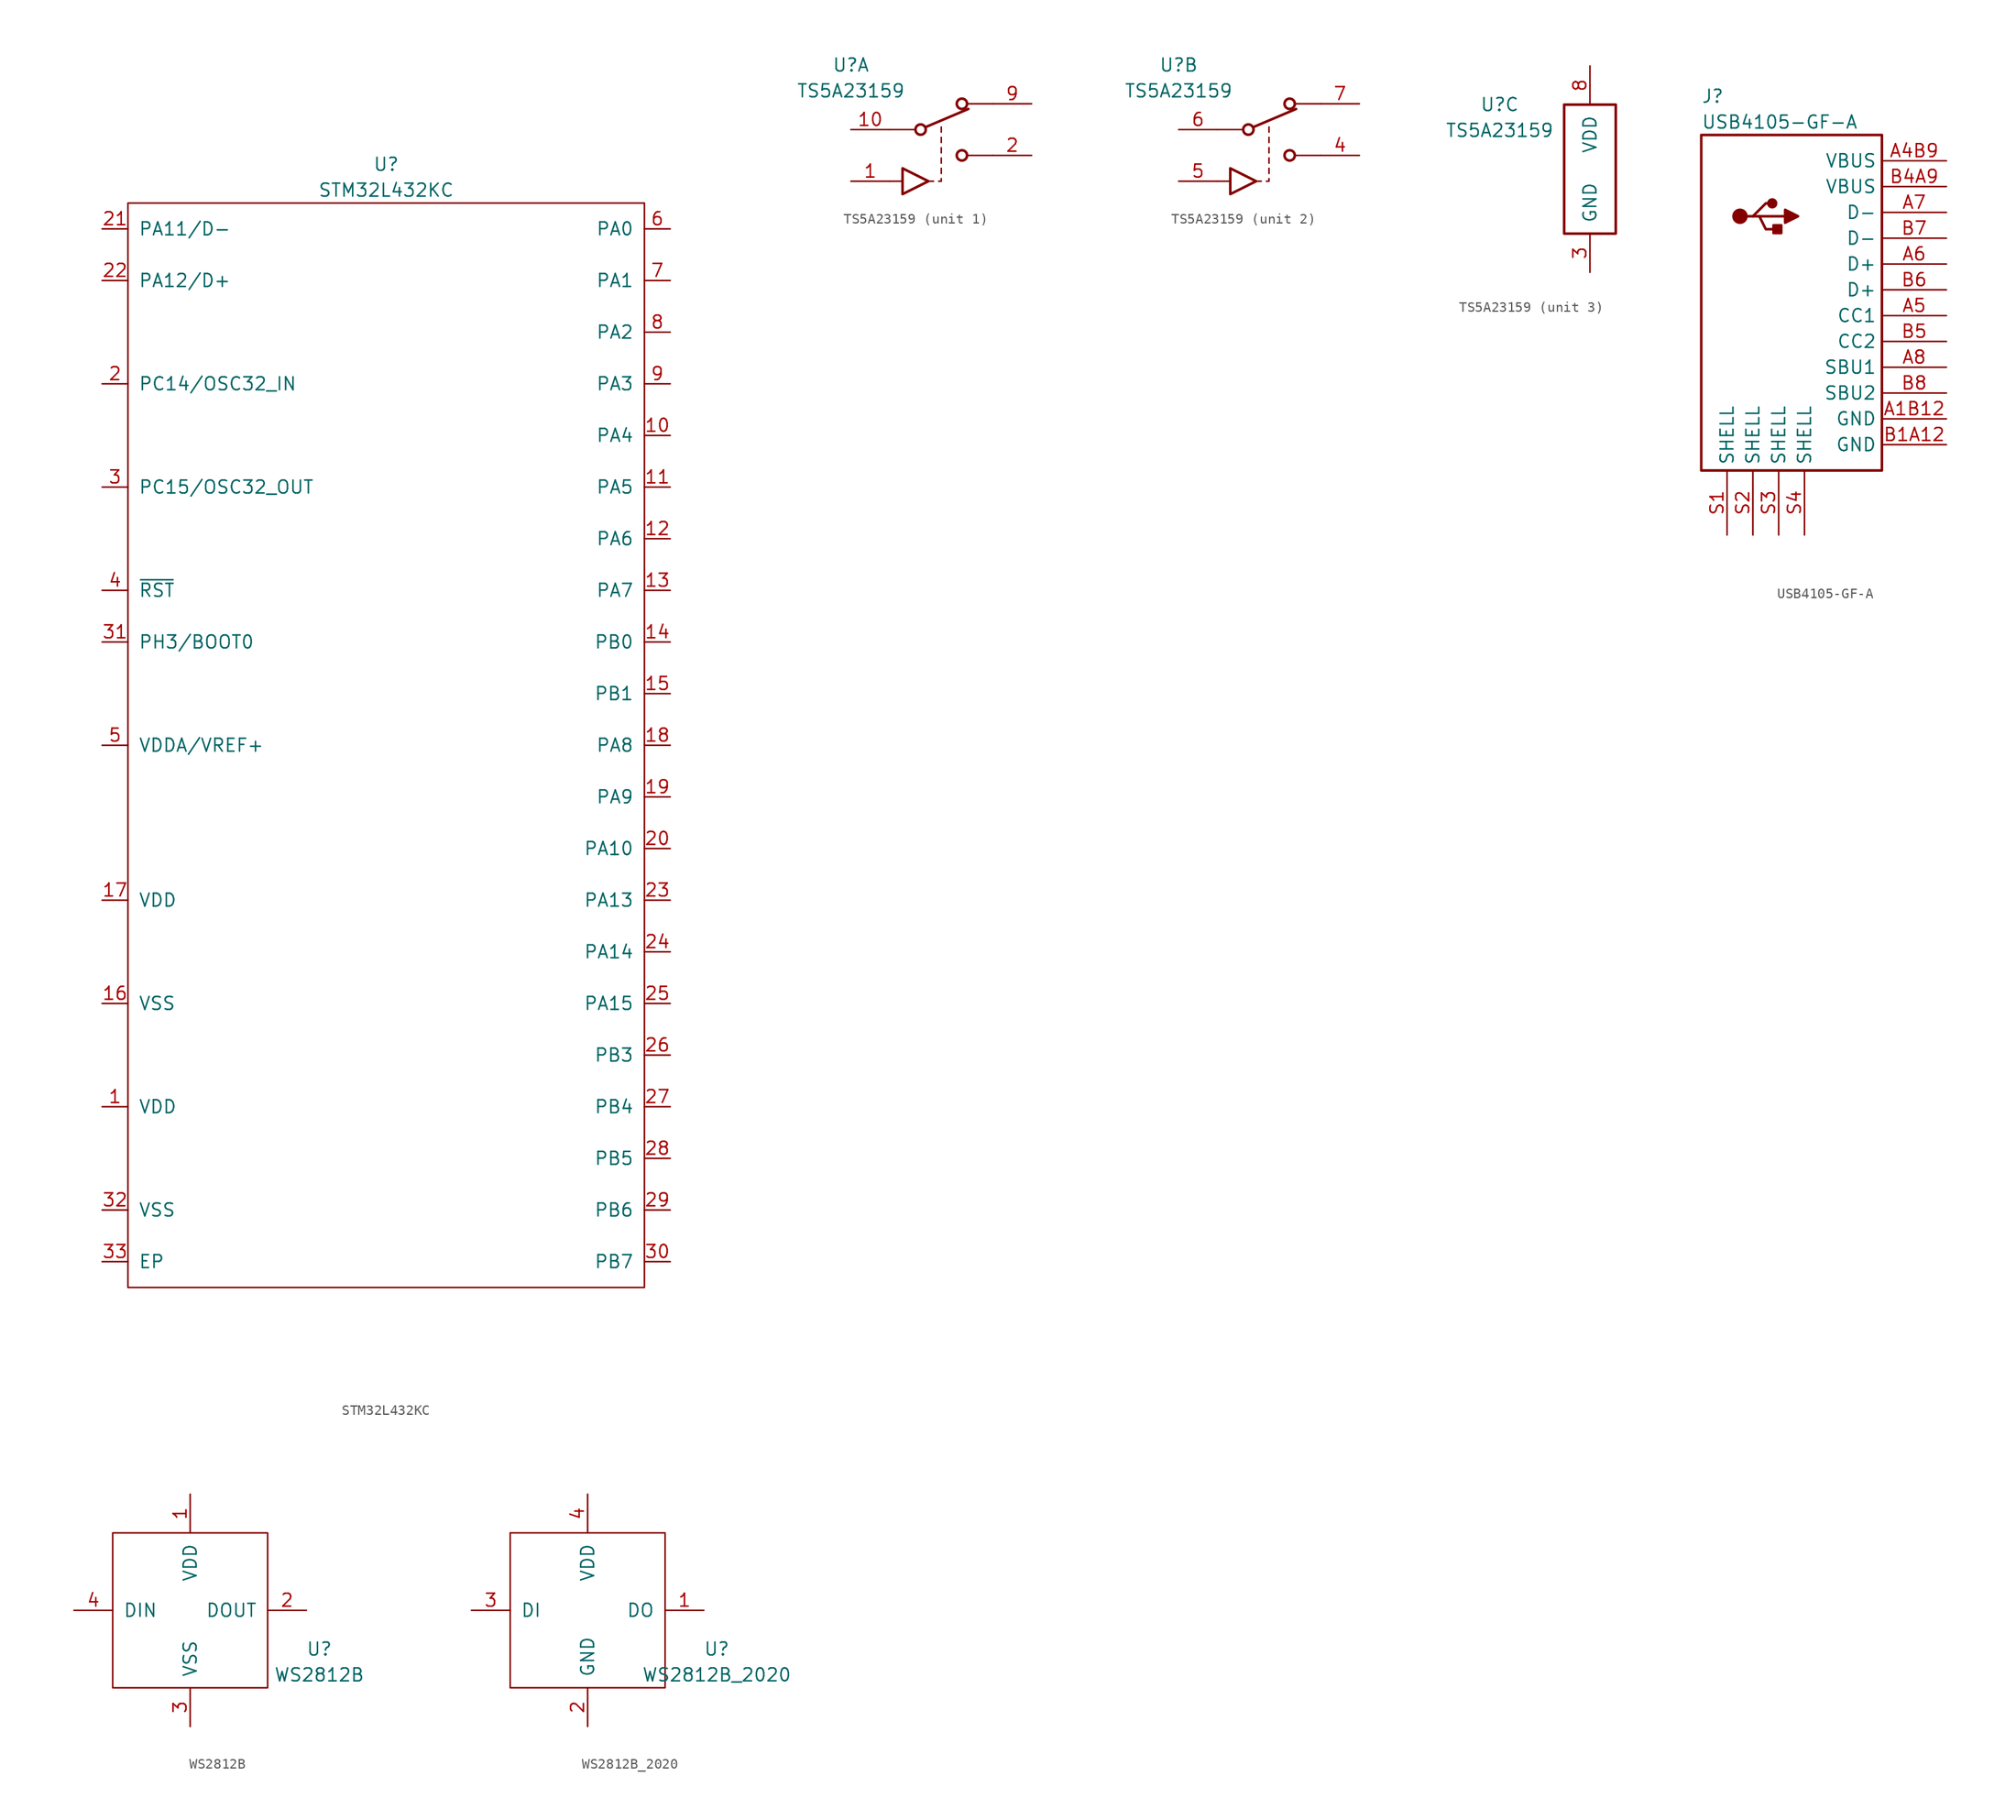
<source format=kicad_sym>
(kicad_symbol_lib
  (version 20231120)
  (generator "kicad_symbol_editor")
  (generator_version "8.0")
  (symbol "STM32L432KC"
    (pin_names
      (offset 1.016))
    (property "Reference" "U"
      (at 0 57.15 0)
      (effects (font (size 1.27 1.27))))
    (property "Value" "STM32L432KC"
      (at 0 54.61 0)
      (effects (font (size 1.27 1.27))))
    (symbol "STM32L432KC_0_1"
      (rectangle (start -25.4 53.34) (end 25.4 -53.34) (stroke (width 0) (type default)) (fill (type none))))
    (symbol "STM32L432KC_1_1"
      (pin input line (at -27.94 -35.56 0) (length 2.54) (name "VDD" (effects (font (size 1.27 1.27)))) (number "1" (effects (font (size 1.27 1.27)))))
      (pin input line (at 27.94 30.48 180) (length 2.54) (name "PA4" (effects (font (size 1.27 1.27)))) (number "10" (effects (font (size 1.27 1.27)))))
      (pin input line (at 27.94 25.4 180) (length 2.54) (name "PA5" (effects (font (size 1.27 1.27)))) (number "11" (effects (font (size 1.27 1.27)))))
      (pin input line (at 27.94 20.32 180) (length 2.54) (name "PA6" (effects (font (size 1.27 1.27)))) (number "12" (effects (font (size 1.27 1.27)))))
      (pin input line (at 27.94 15.24 180) (length 2.54) (name "PA7" (effects (font (size 1.27 1.27)))) (number "13" (effects (font (size 1.27 1.27)))))
      (pin input line (at 27.94 10.16 180) (length 2.54) (name "PB0" (effects (font (size 1.27 1.27)))) (number "14" (effects (font (size 1.27 1.27)))))
      (pin input line (at 27.94 5.08 180) (length 2.54) (name "PB1" (effects (font (size 1.27 1.27)))) (number "15" (effects (font (size 1.27 1.27)))))
      (pin input line (at -27.94 -25.4 0) (length 2.54) (name "VSS" (effects (font (size 1.27 1.27)))) (number "16" (effects (font (size 1.27 1.27)))))
      (pin input line (at -27.94 -15.24 0) (length 2.54) (name "VDD" (effects (font (size 1.27 1.27)))) (number "17" (effects (font (size 1.27 1.27)))))
      (pin input line (at 27.94 0 180) (length 2.54) (name "PA8" (effects (font (size 1.27 1.27)))) (number "18" (effects (font (size 1.27 1.27)))))
      (pin input line (at 27.94 -5.08 180) (length 2.54) (name "PA9" (effects (font (size 1.27 1.27)))) (number "19" (effects (font (size 1.27 1.27)))))
      (pin input line (at -27.94 35.56 0) (length 2.54) (name "PC14/OSC32_IN" (effects (font (size 1.27 1.27)))) (number "2" (effects (font (size 1.27 1.27)))))
      (pin input line (at 27.94 -10.16 180) (length 2.54) (name "PA10" (effects (font (size 1.27 1.27)))) (number "20" (effects (font (size 1.27 1.27)))))
      (pin input line (at -27.94 50.8 0) (length 2.54) (name "PA11/D-" (effects (font (size 1.27 1.27)))) (number "21" (effects (font (size 1.27 1.27)))))
      (pin input line (at -27.94 45.72 0) (length 2.54) (name "PA12/D+" (effects (font (size 1.27 1.27)))) (number "22" (effects (font (size 1.27 1.27)))))
      (pin input line (at 27.94 -15.24 180) (length 2.54) (name "PA13" (effects (font (size 1.27 1.27)))) (number "23" (effects (font (size 1.27 1.27)))))
      (pin input line (at 27.94 -20.32 180) (length 2.54) (name "PA14" (effects (font (size 1.27 1.27)))) (number "24" (effects (font (size 1.27 1.27)))))
      (pin input line (at 27.94 -25.4 180) (length 2.54) (name "PA15" (effects (font (size 1.27 1.27)))) (number "25" (effects (font (size 1.27 1.27)))))
      (pin input line (at 27.94 -30.48 180) (length 2.54) (name "PB3" (effects (font (size 1.27 1.27)))) (number "26" (effects (font (size 1.27 1.27)))))
      (pin input line (at 27.94 -35.56 180) (length 2.54) (name "PB4" (effects (font (size 1.27 1.27)))) (number "27" (effects (font (size 1.27 1.27)))))
      (pin input line (at 27.94 -40.64 180) (length 2.54) (name "PB5" (effects (font (size 1.27 1.27)))) (number "28" (effects (font (size 1.27 1.27)))))
      (pin input line (at 27.94 -45.72 180) (length 2.54) (name "PB6" (effects (font (size 1.27 1.27)))) (number "29" (effects (font (size 1.27 1.27)))))
      (pin input line (at -27.94 25.4 0) (length 2.54) (name "PC15/OSC32_OUT" (effects (font (size 1.27 1.27)))) (number "3" (effects (font (size 1.27 1.27)))))
      (pin input line (at 27.94 -50.8 180) (length 2.54) (name "PB7" (effects (font (size 1.27 1.27)))) (number "30" (effects (font (size 1.27 1.27)))))
      (pin input line (at -27.94 10.16 0) (length 2.54) (name "PH3/BOOT0" (effects (font (size 1.27 1.27)))) (number "31" (effects (font (size 1.27 1.27)))))
      (pin input line (at -27.94 -45.72 0) (length 2.54) (name "VSS" (effects (font (size 1.27 1.27)))) (number "32" (effects (font (size 1.27 1.27)))))
      (pin input line (at -27.94 -50.8 0) (length 2.54) (name "EP" (effects (font (size 1.27 1.27)))) (number "33" (effects (font (size 1.27 1.27)))))
      (pin input line (at -27.94 15.24 0) (length 2.54) (name "~{RST}" (effects (font (size 1.27 1.27)))) (number "4" (effects (font (size 1.27 1.27)))))
      (pin input line (at -27.94 0 0) (length 2.54) (name "VDDA/VREF+" (effects (font (size 1.27 1.27)))) (number "5" (effects (font (size 1.27 1.27)))))
      (pin input line (at 27.94 50.8 180) (length 2.54) (name "PA0" (effects (font (size 1.27 1.27)))) (number "6" (effects (font (size 1.27 1.27)))))
      (pin input line (at 27.94 45.72 180) (length 2.54) (name "PA1" (effects (font (size 1.27 1.27)))) (number "7" (effects (font (size 1.27 1.27)))))
      (pin input line (at 27.94 40.64 180) (length 2.54) (name "PA2" (effects (font (size 1.27 1.27)))) (number "8" (effects (font (size 1.27 1.27)))))
      (pin input line (at 27.94 35.56 180) (length 2.54) (name "PA3" (effects (font (size 1.27 1.27)))) (number "9" (effects (font (size 1.27 1.27)))))))
  (symbol "TS5A23159"
    (pin_names
      (offset 1.016))
    (property "Reference" "U"
      (at -8.89 6.35 0)
      (effects (font (size 1.27 1.27))))
    (property "Value" "TS5A23159"
      (at -8.89 3.81 0)
      (effects (font (size 1.27 1.27))))
    (property "ki_locked" ""
      (at 0 0 0)
      (effects (font (size 1.27 1.27))))
    (symbol "TS5A23159_1_1"
      (circle (center -2.032 0) (radius 0.508) (stroke (width 0.254) (type default)) (fill (type none)))
      (polyline (pts (xy -3.81 -5.08) (xy -5.08 -5.08)) (stroke (width 0) (type default)) (fill (type none)))
      (polyline (pts (xy -2.54 0) (xy -5.08 0)) (stroke (width 0) (type default)) (fill (type none)))
      (polyline (pts (xy -1.524 0.254) (xy 2.667 2.032)) (stroke (width 0.254) (type default)) (fill (type none)))
      (polyline (pts (xy -1.27 -5.08) (xy -0.762 -5.08)) (stroke (width 0) (type default)) (fill (type none)))
      (polyline (pts (xy 0 -4.318) (xy 0 -3.81)) (stroke (width 0) (type default)) (fill (type none)))
      (polyline (pts (xy 0 -3.302) (xy 0 -2.794)) (stroke (width 0) (type default)) (fill (type none)))
      (polyline (pts (xy 0 -2.286) (xy 0 -1.778)) (stroke (width 0) (type default)) (fill (type none)))
      (polyline (pts (xy 0 -1.27) (xy 0 -0.762)) (stroke (width 0) (type default)) (fill (type none)))
      (polyline (pts (xy 0 -0.254) (xy 0 0.254)) (stroke (width 0) (type default)) (fill (type none)))
      (polyline (pts (xy 2.54 -2.54) (xy 5.08 -2.54)) (stroke (width 0) (type default)) (fill (type none)))
      (polyline (pts (xy 2.54 2.54) (xy 5.08 2.54)) (stroke (width 0) (type default)) (fill (type none)))
      (polyline (pts (xy -0.254 -5.08) (xy 0 -5.08) (xy 0 -4.826)) (stroke (width 0) (type default)) (fill (type none)))
      (polyline (pts (xy -3.81 -3.81) (xy -1.27 -5.08) (xy -3.81 -6.35) (xy -3.81 -3.81)) (stroke (width 0.254) (type default)) (fill (type none)))
      (circle (center 2.032 -2.54) (radius 0.508) (stroke (width 0.254) (type default)) (fill (type none)))
      (circle (center 2.032 2.54) (radius 0.508) (stroke (width 0.254) (type default)) (fill (type none)))
      (pin input line (at -8.89 -5.08 0) (length 3.81) (name "~" (effects (font (size 1.27 1.27)))) (number "1" (effects (font (size 1.27 1.27)))))
      (pin input line (at -8.89 0 0) (length 3.81) (name "~" (effects (font (size 1.27 1.27)))) (number "10" (effects (font (size 1.27 1.27)))))
      (pin passive line (at 8.89 -2.54 180) (length 3.81) (name "~" (effects (font (size 1.27 1.27)))) (number "2" (effects (font (size 1.27 1.27)))))
      (pin passive line (at 8.89 2.54 180) (length 3.81) (name "~" (effects (font (size 1.27 1.27)))) (number "9" (effects (font (size 1.27 1.27))))))
    (symbol "TS5A23159_2_1"
      (circle (center -2.032 0) (radius 0.508) (stroke (width 0.254) (type default)) (fill (type none)))
      (polyline (pts (xy -5.08 -5.08) (xy -3.81 -5.08)) (stroke (width 0) (type default)) (fill (type none)))
      (polyline (pts (xy -2.54 0) (xy -5.08 0)) (stroke (width 0) (type default)) (fill (type none)))
      (polyline (pts (xy -1.524 0.254) (xy 2.667 2.032)) (stroke (width 0.254) (type default)) (fill (type none)))
      (polyline (pts (xy -1.27 -5.08) (xy -0.762 -5.08)) (stroke (width 0) (type default)) (fill (type none)))
      (polyline (pts (xy 0 -4.318) (xy 0 -3.81)) (stroke (width 0) (type default)) (fill (type none)))
      (polyline (pts (xy 0 -3.302) (xy 0 -2.794)) (stroke (width 0) (type default)) (fill (type none)))
      (polyline (pts (xy 0 -2.286) (xy 0 -1.778)) (stroke (width 0) (type default)) (fill (type none)))
      (polyline (pts (xy 0 -0.254) (xy 0 0.254)) (stroke (width 0) (type default)) (fill (type none)))
      (polyline (pts (xy 2.54 -2.54) (xy 5.08 -2.54)) (stroke (width 0) (type default)) (fill (type none)))
      (polyline (pts (xy 2.54 2.54) (xy 5.08 2.54)) (stroke (width 0) (type default)) (fill (type none)))
      (polyline (pts (xy -0.254 -5.08) (xy 0 -5.08) (xy 0 -4.826)) (stroke (width 0) (type default)) (fill (type none)))
      (polyline (pts (xy 0 -1.27) (xy 0 -0.762) (xy 0 -1.016)) (stroke (width 0) (type default)) (fill (type none)))
      (polyline (pts (xy -3.81 -5.08) (xy -3.81 -3.81) (xy -1.27 -5.08) (xy -3.81 -6.35) (xy -3.81 -5.08)) (stroke (width 0.254) (type default)) (fill (type none)))
      (circle (center 2.032 -2.54) (radius 0.508) (stroke (width 0.254) (type default)) (fill (type none)))
      (circle (center 2.032 2.54) (radius 0.508) (stroke (width 0.254) (type default)) (fill (type none)))
      (pin passive line (at 8.89 -2.54 180) (length 3.81) (name "~" (effects (font (size 1.27 1.27)))) (number "4" (effects (font (size 1.27 1.27)))))
      (pin input line (at -8.89 -5.08 0) (length 3.81) (name "~" (effects (font (size 1.27 1.27)))) (number "5" (effects (font (size 1.27 1.27)))))
      (pin passive line (at -8.89 0 0) (length 3.81) (name "~" (effects (font (size 1.27 1.27)))) (number "6" (effects (font (size 1.27 1.27)))))
      (pin passive line (at 8.89 2.54 180) (length 3.81) (name "~" (effects (font (size 1.27 1.27)))) (number "7" (effects (font (size 1.27 1.27))))))
    (symbol "TS5A23159_3_1"
      (rectangle (start -2.54 6.35) (end 2.54 -6.35) (stroke (width 0.254) (type default)) (fill (type none)))
      (pin power_in line (at 0 -10.16 90) (length 3.81) (name "GND" (effects (font (size 1.27 1.27)))) (number "3" (effects (font (size 1.27 1.27)))))
      (pin power_in line (at 0 10.16 270) (length 3.81) (name "VDD" (effects (font (size 1.27 1.27)))) (number "8" (effects (font (size 1.27 1.27)))))))
  (symbol "USB4105-GF-A"
    (property "Reference" "J"
      (at -8.89 20.32 0)
      (effects (font (size 1.27 1.27)) (justify left)))
    (property "Value" "USB4105-GF-A"
      (at -8.89 17.78 0)
      (effects (font (size 1.27 1.27)) (justify left)))
    (symbol "USB4105-GF-A_0_1"
      (rectangle (start -8.89 16.51) (end 8.89 -16.51) (stroke (width 0.254) (type default)) (fill (type none)))
      (circle (center -5.08 8.509) (radius 0.635) (stroke (width 0.254) (type default)) (fill (type outline)))
      (circle (center -1.905 9.779) (radius 0.381) (stroke (width 0.254) (type default)) (fill (type outline)))
      (rectangle (start -1.016 7.62) (end -1.778 6.858) (stroke (width 0.254) (type default)) (fill (type outline)))
      (polyline (pts (xy -3.175 8.509) (xy -0.635 8.509)) (stroke (width 0.254) (type default)) (fill (type none)))
      (polyline (pts (xy -4.445 8.509) (xy -3.81 8.509) (xy -2.54 9.779) (xy -1.905 9.779)) (stroke (width 0.254) (type default)) (fill (type none)))
      (polyline (pts (xy -3.81 8.509) (xy -3.175 8.509) (xy -2.54 7.239) (xy -1.27 7.239)) (stroke (width 0.254) (type default)) (fill (type none)))
      (polyline (pts (xy -0.635 9.144) (xy -0.635 7.874) (xy 0.635 8.509) (xy -0.635 9.144)) (stroke (width 0.254) (type default)) (fill (type outline))))
    (symbol "USB4105-GF-A_1_1"
      (pin power_in line (at 15.24 -11.43 180) (length 6.35) (name "GND" (effects (font (size 1.27 1.27)))) (number "A1B12" (effects (font (size 1.27 1.27)))))
      (pin power_in line (at 15.24 13.97 180) (length 6.35) (name "VBUS" (effects (font (size 1.27 1.27)))) (number "A4B9" (effects (font (size 1.27 1.27)))))
      (pin bidirectional line (at 15.24 -1.27 180) (length 6.35) (name "CC1" (effects (font (size 1.27 1.27)))) (number "A5" (effects (font (size 1.27 1.27)))))
      (pin bidirectional line (at 15.24 3.81 180) (length 6.35) (name "D+" (effects (font (size 1.27 1.27)))) (number "A6" (effects (font (size 1.27 1.27)))))
      (pin bidirectional line (at 15.24 8.89 180) (length 6.35) (name "D-" (effects (font (size 1.27 1.27)))) (number "A7" (effects (font (size 1.27 1.27)))))
      (pin bidirectional line (at 15.24 -6.35 180) (length 6.35) (name "SBU1" (effects (font (size 1.27 1.27)))) (number "A8" (effects (font (size 1.27 1.27)))))
      (pin power_in line (at 15.24 -13.97 180) (length 6.35) (name "GND" (effects (font (size 1.27 1.27)))) (number "B1A12" (effects (font (size 1.27 1.27)))))
      (pin power_in line (at 15.24 11.43 180) (length 6.35) (name "VBUS" (effects (font (size 1.27 1.27)))) (number "B4A9" (effects (font (size 1.27 1.27)))))
      (pin bidirectional line (at 15.24 -3.81 180) (length 6.35) (name "CC2" (effects (font (size 1.27 1.27)))) (number "B5" (effects (font (size 1.27 1.27)))))
      (pin bidirectional line (at 15.24 1.27 180) (length 6.35) (name "D+" (effects (font (size 1.27 1.27)))) (number "B6" (effects (font (size 1.27 1.27)))))
      (pin bidirectional line (at 15.24 6.35 180) (length 6.35) (name "D-" (effects (font (size 1.27 1.27)))) (number "B7" (effects (font (size 1.27 1.27)))))
      (pin bidirectional line (at 15.24 -8.89 180) (length 6.35) (name "SBU2" (effects (font (size 1.27 1.27)))) (number "B8" (effects (font (size 1.27 1.27)))))
      (pin power_in line (at -6.35 -22.86 90) (length 6.35) (name "SHELL" (effects (font (size 1.27 1.27)))) (number "S1" (effects (font (size 1.27 1.27)))))
      (pin power_in line (at -3.81 -22.86 90) (length 6.35) (name "SHELL" (effects (font (size 1.27 1.27)))) (number "S2" (effects (font (size 1.27 1.27)))))
      (pin power_in line (at -1.27 -22.86 90) (length 6.35) (name "SHELL" (effects (font (size 1.27 1.27)))) (number "S3" (effects (font (size 1.27 1.27)))))
      (pin power_in line (at 1.27 -22.86 90) (length 6.35) (name "SHELL" (effects (font (size 1.27 1.27)))) (number "S4" (effects (font (size 1.27 1.27)))))))
  (symbol "WS2812B"
    (pin_names
      (offset 1.016))
    (property "Reference" "U"
      (at 12.7 -3.81 0)
      (effects (font (size 1.27 1.27))))
    (property "Value" "WS2812B"
      (at 12.7 -6.35 0)
      (effects (font (size 1.27 1.27))))
    (symbol "WS2812B_0_1"
      (rectangle (start -7.62 7.62) (end 7.62 -7.62) (stroke (width 0) (type default)) (fill (type none))))
    (symbol "WS2812B_1_1"
      (pin input line (at 0 11.43 270) (length 3.81) (name "VDD" (effects (font (size 1.27 1.27)))) (number "1" (effects (font (size 1.27 1.27)))))
      (pin input line (at 11.43 0 180) (length 3.81) (name "DOUT" (effects (font (size 1.27 1.27)))) (number "2" (effects (font (size 1.27 1.27)))))
      (pin input line (at 0 -11.43 90) (length 3.81) (name "VSS" (effects (font (size 1.27 1.27)))) (number "3" (effects (font (size 1.27 1.27)))))
      (pin input line (at -11.43 0 0) (length 3.81) (name "DIN" (effects (font (size 1.27 1.27)))) (number "4" (effects (font (size 1.27 1.27)))))))
  (symbol "WS2812B_2020"
    (pin_names
      (offset 1.016))
    (property "Reference" "U"
      (at 12.7 -3.81 0)
      (effects (font (size 1.27 1.27))))
    (property "Value" "WS2812B_2020"
      (at 12.7 -6.35 0)
      (effects (font (size 1.27 1.27))))
    (symbol "WS2812B_2020_0_1"
      (rectangle (start -7.62 7.62) (end 7.62 -7.62) (stroke (width 0) (type default)) (fill (type none))))
    (symbol "WS2812B_2020_1_1"
      (pin input line (at 11.43 0 180) (length 3.81) (name "DO" (effects (font (size 1.27 1.27)))) (number "1" (effects (font (size 1.27 1.27)))))
      (pin input line (at 0 -11.43 90) (length 3.81) (name "GND" (effects (font (size 1.27 1.27)))) (number "2" (effects (font (size 1.27 1.27)))))
      (pin input line (at -11.43 0 0) (length 3.81) (name "DI" (effects (font (size 1.27 1.27)))) (number "3" (effects (font (size 1.27 1.27)))))
      (pin input line (at 0 11.43 270) (length 3.81) (name "VDD" (effects (font (size 1.27 1.27)))) (number "4" (effects (font (size 1.27 1.27))))))))
</source>
